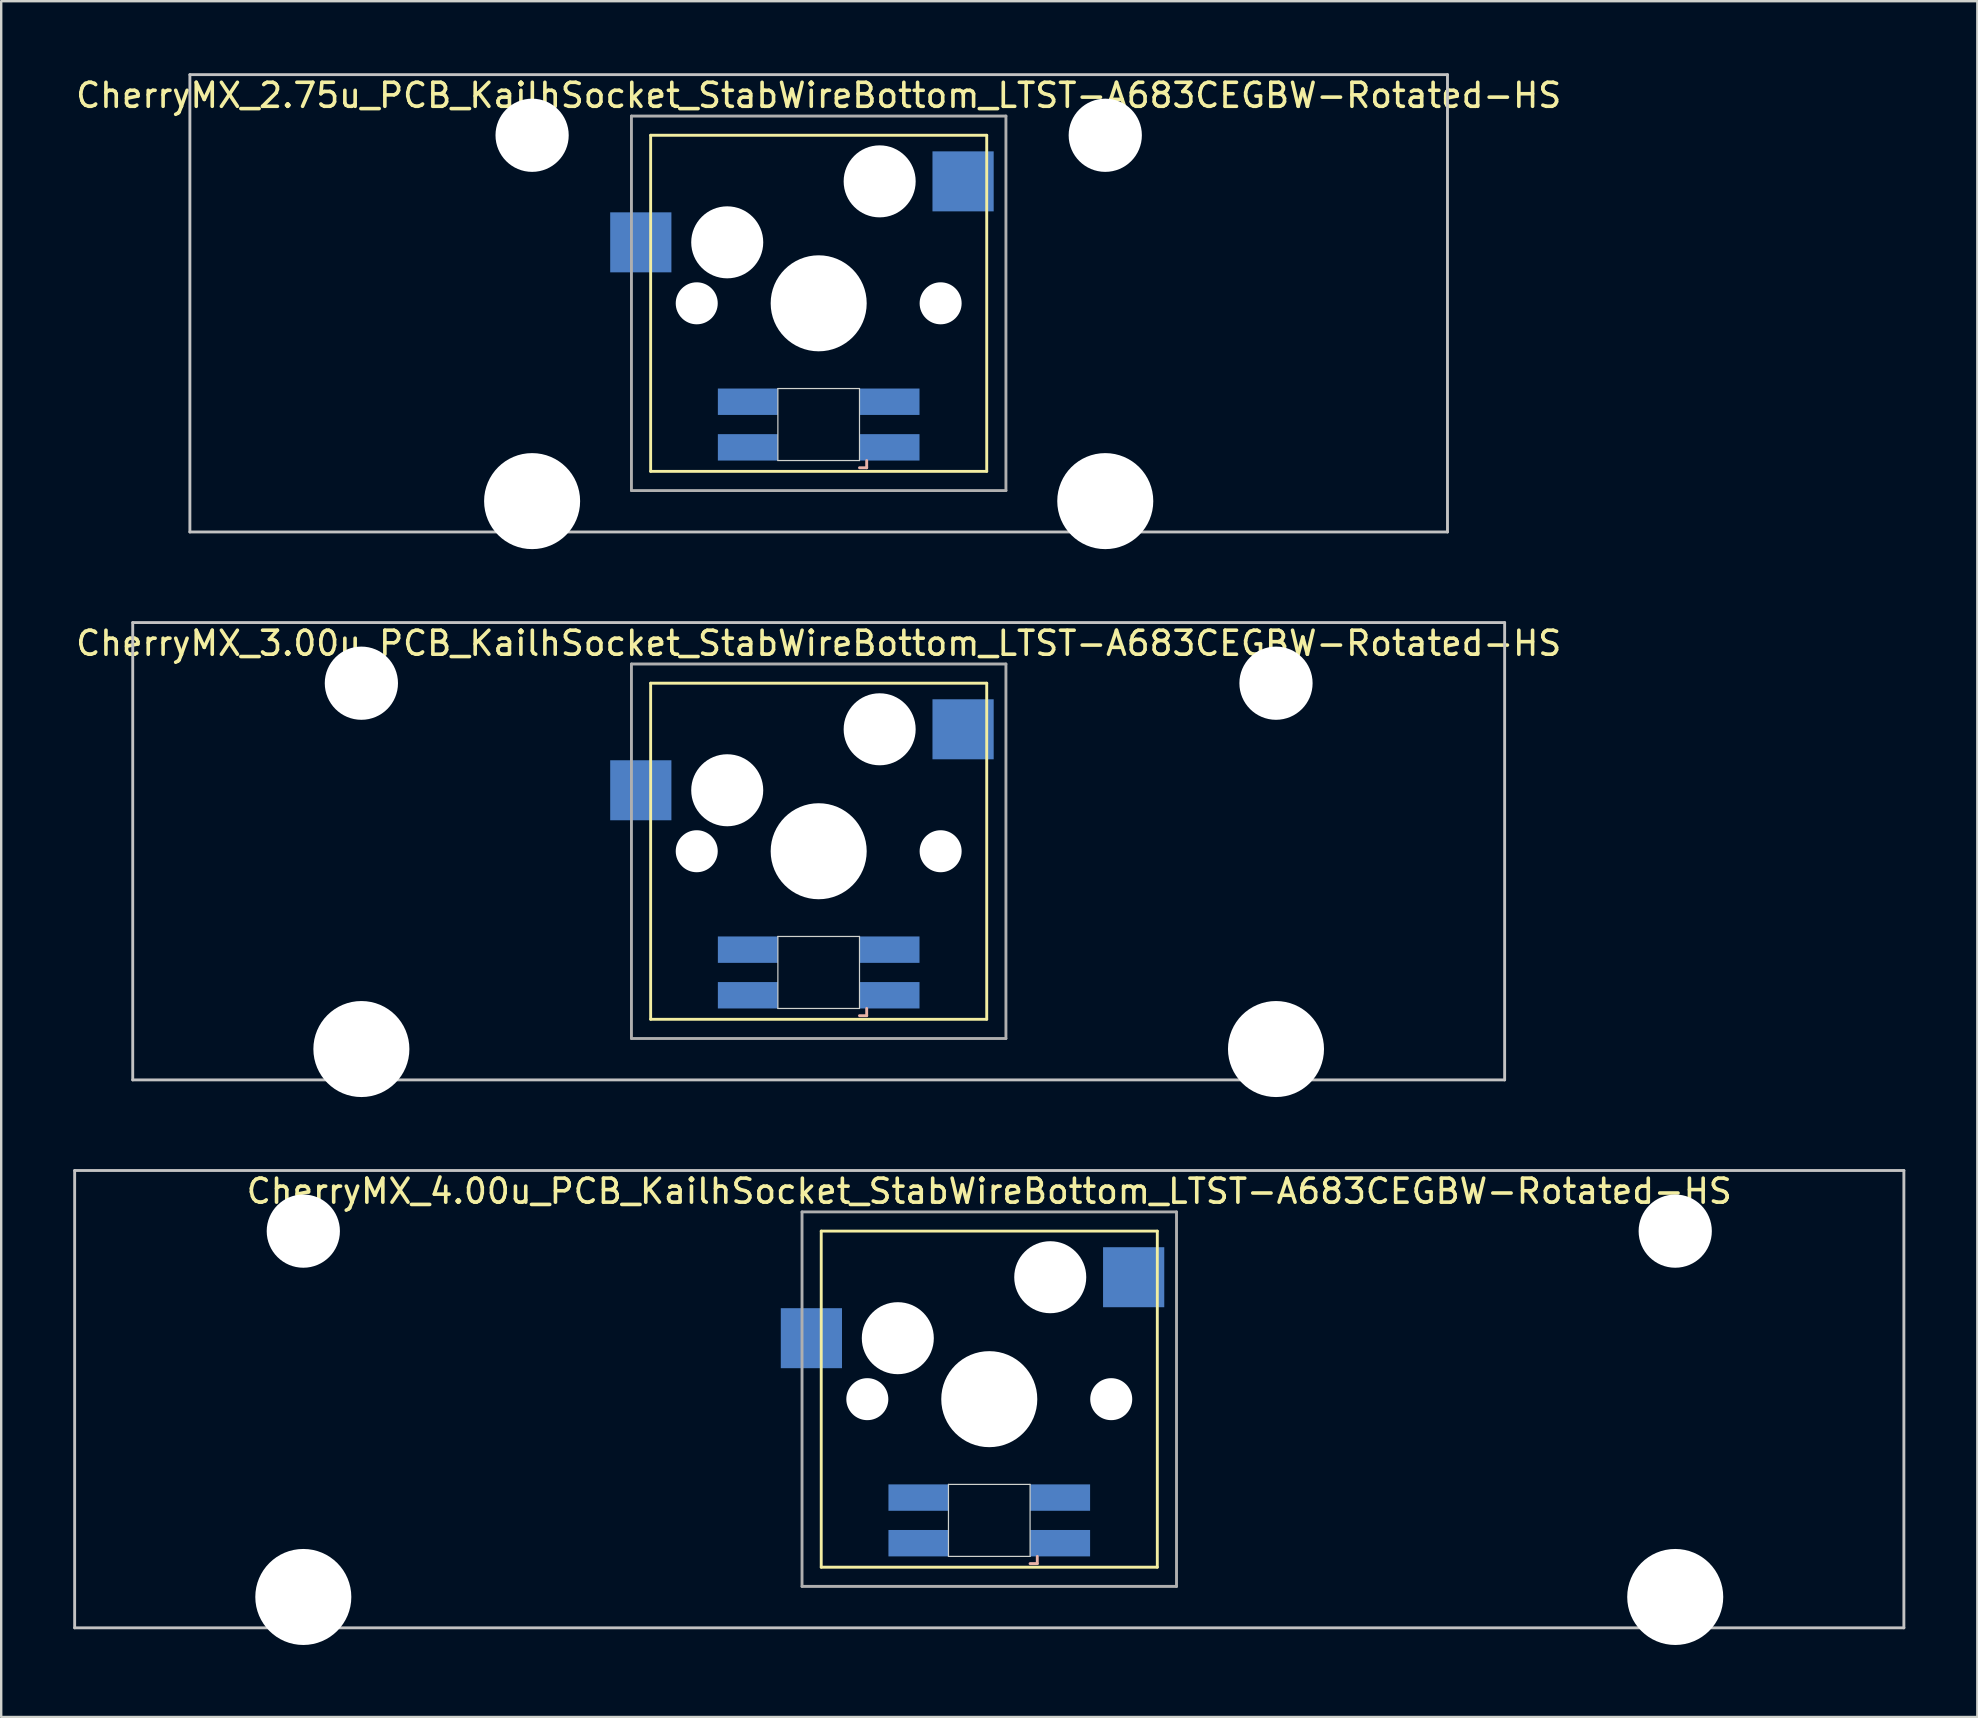
<source format=kicad_pcb>
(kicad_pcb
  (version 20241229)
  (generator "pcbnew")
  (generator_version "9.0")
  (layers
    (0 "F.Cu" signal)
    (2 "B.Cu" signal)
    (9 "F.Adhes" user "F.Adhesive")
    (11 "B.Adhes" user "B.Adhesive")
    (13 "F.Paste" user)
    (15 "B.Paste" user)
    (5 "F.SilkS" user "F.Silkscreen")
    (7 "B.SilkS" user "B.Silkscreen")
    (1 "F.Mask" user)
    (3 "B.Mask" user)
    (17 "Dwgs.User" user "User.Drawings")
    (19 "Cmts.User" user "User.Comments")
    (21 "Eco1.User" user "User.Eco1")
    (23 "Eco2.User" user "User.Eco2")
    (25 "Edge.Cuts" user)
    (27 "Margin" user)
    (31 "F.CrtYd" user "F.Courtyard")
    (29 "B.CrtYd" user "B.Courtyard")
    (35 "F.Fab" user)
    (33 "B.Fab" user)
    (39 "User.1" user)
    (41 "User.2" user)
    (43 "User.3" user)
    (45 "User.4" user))
  (footprint "CherryMX_4.00u_PCB_KailhSocket_StabWireBottom_LTST-A683CEGBW-Rotated-HS"
    (layer "F.Cu")
    (at 38.16 55.235)
    (property "Reference" "CherryMX_4.00u_PCB_KailhSocket_StabWireBottom_LTST-A683CEGBW-Rotated-HS" (at 0 -8.662 0) (layer "F.SilkS") (effects (font (size 1 1) (thickness 0.15))))
    (attr through_hole)
    (fp_line (start -7 -7) (end -7 7) (stroke (width 0.12) (type solid)) (layer "F.SilkS"))
    (fp_line (start -7 -7) (end 7 -7) (stroke (width 0.12) (type solid)) (layer "F.SilkS"))
    (fp_line (start 7 -7) (end 7 7) (stroke (width 0.12) (type solid)) (layer "F.SilkS"))
    (fp_line (start 7 7) (end -7 7) (stroke (width 0.12) (type solid)) (layer "F.SilkS"))
    (fp_line (start 1.7 6.85) (end 2 6.85) (stroke (width 0.12) (type solid)) (layer "B.SilkS"))
    (fp_line (start 2 6.85) (end 2 6.55) (stroke (width 0.12) (type solid)) (layer "B.SilkS"))
    (fp_line (start -38.1 -9.525) (end 38.1 -9.525) (stroke (width 0.12) (type solid)) (layer "Dwgs.User"))
    (fp_line (start -38.1 9.525) (end -38.1 -9.525) (stroke (width 0.12) (type solid)) (layer "Dwgs.User"))
    (fp_line (start 38.1 -9.525) (end 38.1 9.525) (stroke (width 0.12) (type solid)) (layer "Dwgs.User"))
    (fp_line (start 38.1 9.525) (end -38.1 9.525) (stroke (width 0.12) (type solid)) (layer "Dwgs.User"))
    (fp_line (start -1.7 3.55) (end 1.7 3.55) (stroke (width 0.05) (type solid)) (layer "Edge.Cuts"))
    (fp_line (start -1.7 6.55) (end -1.7 3.55) (stroke (width 0.05) (type solid)) (layer "Edge.Cuts"))
    (fp_line (start 1.7 3.55) (end 1.7 6.55) (stroke (width 0.05) (type solid)) (layer "Edge.Cuts"))
    (fp_line (start 1.7 6.55) (end -1.7 6.55) (stroke (width 0.05) (type solid)) (layer "Edge.Cuts"))
    (fp_line (start -7.8 -7.8) (end -7.8 7.8) (stroke (width 0.12) (type solid)) (layer "F.Fab"))
    (fp_line (start -7.8 -7.8) (end 7.8 -7.8) (stroke (width 0.12) (type solid)) (layer "F.Fab"))
    (fp_line (start -7.8 7.8) (end 7.8 7.8) (stroke (width 0.12) (type solid)) (layer "F.Fab"))
    (fp_line (start 7.8 -7.8) (end 7.8 7.8) (stroke (width 0.12) (type solid)) (layer "F.Fab"))
    (pad "" np_thru_hole circle (at -28.575 -7) (size 3.05 3.05) (drill 3.05) (layers "*.Cu" "*.Mask"))
    (pad "" np_thru_hole circle (at -28.575 8.24) (size 4 4) (drill 4) (layers "*.Cu" "*.Mask"))
    (pad "" np_thru_hole circle (at -5.08 0) (size 1.75 1.75) (drill 1.75) (layers "*.Cu" "*.Mask"))
    (pad "" np_thru_hole circle (at -3.81 -2.54) (size 3 3) (drill 3) (layers "*.Cu" "*.Mask"))
    (pad "" np_thru_hole circle (at 0 0) (size 4 4) (drill 4) (layers "*.Cu" "*.Mask"))
    (pad "" np_thru_hole circle (at 2.54 -5.08) (size 3 3) (drill 3) (layers "*.Cu" "*.Mask"))
    (pad "" np_thru_hole circle (at 5.08 0) (size 1.75 1.75) (drill 1.75) (layers "*.Cu" "*.Mask"))
    (pad "" np_thru_hole circle (at 28.575 -7) (size 3.05 3.05) (drill 3.05) (layers "*.Cu" "*.Mask"))
    (pad "" np_thru_hole circle (at 28.575 8.24) (size 4 4) (drill 4) (layers "*.Cu" "*.Mask"))
    (pad "1" smd rect (at -7.41 -2.54) (size 2.55 2.5) (layers "B.Cu" "B.Mask" "B.Paste"))
    (pad "2" smd rect (at 6.015 -5.08) (size 2.55 2.5) (layers "B.Cu" "B.Mask" "B.Paste"))
    (pad "3" smd rect (at 2.95 6) (size 2.5 1.1) (layers "B.Cu" "B.Mask" "B.Paste"))
    (pad "4" smd rect (at 2.95 4.1) (size 2.5 1.1) (layers "B.Cu" "B.Mask" "B.Paste"))
    (pad "5" smd rect (at -2.95 6) (size 2.5 1.1) (layers "B.Cu" "B.Mask" "B.Paste"))
    (pad "6" smd rect (at -2.95 4.1) (size 2.5 1.1) (layers "B.Cu" "B.Mask" "B.Paste")))
  (footprint "CherryMX_2.75u_PCB_KailhSocket_StabWireBottom_LTST-A683CEGBW-Rotated-HS"
    (layer "F.Cu")
    (at 31.054 9.585)
    (property "Reference" "CherryMX_2.75u_PCB_KailhSocket_StabWireBottom_LTST-A683CEGBW-Rotated-HS" (at 0 -8.662 0) (layer "F.SilkS") (effects (font (size 1 1) (thickness 0.15))))
    (attr through_hole)
    (fp_line (start -7 -7) (end -7 7) (stroke (width 0.12) (type solid)) (layer "F.SilkS"))
    (fp_line (start -7 -7) (end 7 -7) (stroke (width 0.12) (type solid)) (layer "F.SilkS"))
    (fp_line (start 7 -7) (end 7 7) (stroke (width 0.12) (type solid)) (layer "F.SilkS"))
    (fp_line (start 7 7) (end -7 7) (stroke (width 0.12) (type solid)) (layer "F.SilkS"))
    (fp_line (start 1.7 6.85) (end 2 6.85) (stroke (width 0.12) (type solid)) (layer "B.SilkS"))
    (fp_line (start 2 6.85) (end 2 6.55) (stroke (width 0.12) (type solid)) (layer "B.SilkS"))
    (fp_line (start -26.194 -9.525) (end 26.194 -9.525) (stroke (width 0.12) (type solid)) (layer "Dwgs.User"))
    (fp_line (start -26.194 9.525) (end -26.194 -9.525) (stroke (width 0.12) (type solid)) (layer "Dwgs.User"))
    (fp_line (start 26.194 -9.525) (end 26.194 9.525) (stroke (width 0.12) (type solid)) (layer "Dwgs.User"))
    (fp_line (start 26.194 9.525) (end -26.194 9.525) (stroke (width 0.12) (type solid)) (layer "Dwgs.User"))
    (fp_line (start -1.7 3.55) (end 1.7 3.55) (stroke (width 0.05) (type solid)) (layer "Edge.Cuts"))
    (fp_line (start -1.7 6.55) (end -1.7 3.55) (stroke (width 0.05) (type solid)) (layer "Edge.Cuts"))
    (fp_line (start 1.7 3.55) (end 1.7 6.55) (stroke (width 0.05) (type solid)) (layer "Edge.Cuts"))
    (fp_line (start 1.7 6.55) (end -1.7 6.55) (stroke (width 0.05) (type solid)) (layer "Edge.Cuts"))
    (fp_line (start -7.8 -7.8) (end -7.8 7.8) (stroke (width 0.12) (type solid)) (layer "F.Fab"))
    (fp_line (start -7.8 -7.8) (end 7.8 -7.8) (stroke (width 0.12) (type solid)) (layer "F.Fab"))
    (fp_line (start -7.8 7.8) (end 7.8 7.8) (stroke (width 0.12) (type solid)) (layer "F.Fab"))
    (fp_line (start 7.8 -7.8) (end 7.8 7.8) (stroke (width 0.12) (type solid)) (layer "F.Fab"))
    (pad "" np_thru_hole circle (at -11.938 -7) (size 3.05 3.05) (drill 3.05) (layers "*.Cu" "*.Mask"))
    (pad "" np_thru_hole circle (at -11.938 8.24) (size 4 4) (drill 4) (layers "*.Cu" "*.Mask"))
    (pad "" np_thru_hole circle (at -5.08 0) (size 1.75 1.75) (drill 1.75) (layers "*.Cu" "*.Mask"))
    (pad "" np_thru_hole circle (at -3.81 -2.54) (size 3 3) (drill 3) (layers "*.Cu" "*.Mask"))
    (pad "" np_thru_hole circle (at 0 0) (size 4 4) (drill 4) (layers "*.Cu" "*.Mask"))
    (pad "" np_thru_hole circle (at 2.54 -5.08) (size 3 3) (drill 3) (layers "*.Cu" "*.Mask"))
    (pad "" np_thru_hole circle (at 5.08 0) (size 1.75 1.75) (drill 1.75) (layers "*.Cu" "*.Mask"))
    (pad "" np_thru_hole circle (at 11.938 -7) (size 3.05 3.05) (drill 3.05) (layers "*.Cu" "*.Mask"))
    (pad "" np_thru_hole circle (at 11.938 8.24) (size 4 4) (drill 4) (layers "*.Cu" "*.Mask"))
    (pad "1" smd rect (at -7.41 -2.54) (size 2.55 2.5) (layers "B.Cu" "B.Mask" "B.Paste"))
    (pad "2" smd rect (at 6.015 -5.08) (size 2.55 2.5) (layers "B.Cu" "B.Mask" "B.Paste"))
    (pad "3" smd rect (at 2.95 6) (size 2.5 1.1) (layers "B.Cu" "B.Mask" "B.Paste"))
    (pad "4" smd rect (at 2.95 4.1) (size 2.5 1.1) (layers "B.Cu" "B.Mask" "B.Paste"))
    (pad "5" smd rect (at -2.95 6) (size 2.5 1.1) (layers "B.Cu" "B.Mask" "B.Paste"))
    (pad "6" smd rect (at -2.95 4.1) (size 2.5 1.1) (layers "B.Cu" "B.Mask" "B.Paste")))
  (footprint "CherryMX_3.00u_PCB_KailhSocket_StabWireBottom_LTST-A683CEGBW-Rotated-HS"
    (layer "F.Cu")
    (at 31.054 32.41)
    (property "Reference" "CherryMX_3.00u_PCB_KailhSocket_StabWireBottom_LTST-A683CEGBW-Rotated-HS" (at 0 -8.662 0) (layer "F.SilkS") (effects (font (size 1 1) (thickness 0.15))))
    (attr through_hole)
    (fp_line (start -7 -7) (end -7 7) (stroke (width 0.12) (type solid)) (layer "F.SilkS"))
    (fp_line (start -7 -7) (end 7 -7) (stroke (width 0.12) (type solid)) (layer "F.SilkS"))
    (fp_line (start 7 -7) (end 7 7) (stroke (width 0.12) (type solid)) (layer "F.SilkS"))
    (fp_line (start 7 7) (end -7 7) (stroke (width 0.12) (type solid)) (layer "F.SilkS"))
    (fp_line (start 1.7 6.85) (end 2 6.85) (stroke (width 0.12) (type solid)) (layer "B.SilkS"))
    (fp_line (start 2 6.85) (end 2 6.55) (stroke (width 0.12) (type solid)) (layer "B.SilkS"))
    (fp_line (start -28.575 -9.525) (end 28.575 -9.525) (stroke (width 0.12) (type solid)) (layer "Dwgs.User"))
    (fp_line (start -28.575 9.525) (end -28.575 -9.525) (stroke (width 0.12) (type solid)) (layer "Dwgs.User"))
    (fp_line (start 28.575 -9.525) (end 28.575 9.525) (stroke (width 0.12) (type solid)) (layer "Dwgs.User"))
    (fp_line (start 28.575 9.525) (end -28.575 9.525) (stroke (width 0.12) (type solid)) (layer "Dwgs.User"))
    (fp_line (start -1.7 3.55) (end 1.7 3.55) (stroke (width 0.05) (type solid)) (layer "Edge.Cuts"))
    (fp_line (start -1.7 6.55) (end -1.7 3.55) (stroke (width 0.05) (type solid)) (layer "Edge.Cuts"))
    (fp_line (start 1.7 3.55) (end 1.7 6.55) (stroke (width 0.05) (type solid)) (layer "Edge.Cuts"))
    (fp_line (start 1.7 6.55) (end -1.7 6.55) (stroke (width 0.05) (type solid)) (layer "Edge.Cuts"))
    (fp_line (start -7.8 -7.8) (end -7.8 7.8) (stroke (width 0.12) (type solid)) (layer "F.Fab"))
    (fp_line (start -7.8 -7.8) (end 7.8 -7.8) (stroke (width 0.12) (type solid)) (layer "F.Fab"))
    (fp_line (start -7.8 7.8) (end 7.8 7.8) (stroke (width 0.12) (type solid)) (layer "F.Fab"))
    (fp_line (start 7.8 -7.8) (end 7.8 7.8) (stroke (width 0.12) (type solid)) (layer "F.Fab"))
    (pad "" np_thru_hole circle (at -19.05 -7) (size 3.05 3.05) (drill 3.05) (layers "*.Cu" "*.Mask"))
    (pad "" np_thru_hole circle (at -19.05 8.24) (size 4 4) (drill 4) (layers "*.Cu" "*.Mask"))
    (pad "" np_thru_hole circle (at -5.08 0) (size 1.75 1.75) (drill 1.75) (layers "*.Cu" "*.Mask"))
    (pad "" np_thru_hole circle (at -3.81 -2.54) (size 3 3) (drill 3) (layers "*.Cu" "*.Mask"))
    (pad "" np_thru_hole circle (at 0 0) (size 4 4) (drill 4) (layers "*.Cu" "*.Mask"))
    (pad "" np_thru_hole circle (at 2.54 -5.08) (size 3 3) (drill 3) (layers "*.Cu" "*.Mask"))
    (pad "" np_thru_hole circle (at 5.08 0) (size 1.75 1.75) (drill 1.75) (layers "*.Cu" "*.Mask"))
    (pad "" np_thru_hole circle (at 19.05 -7) (size 3.05 3.05) (drill 3.05) (layers "*.Cu" "*.Mask"))
    (pad "" np_thru_hole circle (at 19.05 8.24) (size 4 4) (drill 4) (layers "*.Cu" "*.Mask"))
    (pad "1" smd rect (at -7.41 -2.54) (size 2.55 2.5) (layers "B.Cu" "B.Mask" "B.Paste"))
    (pad "2" smd rect (at 6.015 -5.08) (size 2.55 2.5) (layers "B.Cu" "B.Mask" "B.Paste"))
    (pad "3" smd rect (at 2.95 6) (size 2.5 1.1) (layers "B.Cu" "B.Mask" "B.Paste"))
    (pad "4" smd rect (at 2.95 4.1) (size 2.5 1.1) (layers "B.Cu" "B.Mask" "B.Paste"))
    (pad "5" smd rect (at -2.95 6) (size 2.5 1.1) (layers "B.Cu" "B.Mask" "B.Paste"))
    (pad "6" smd rect (at -2.95 4.1) (size 2.5 1.1) (layers "B.Cu" "B.Mask" "B.Paste")))
  (gr_rect
    (start -3 -3)
    (end 79.32 68.475)
    (stroke (width 0.1) (type default))
    (fill no)
    (layer "Edge.Cuts")))
</source>
